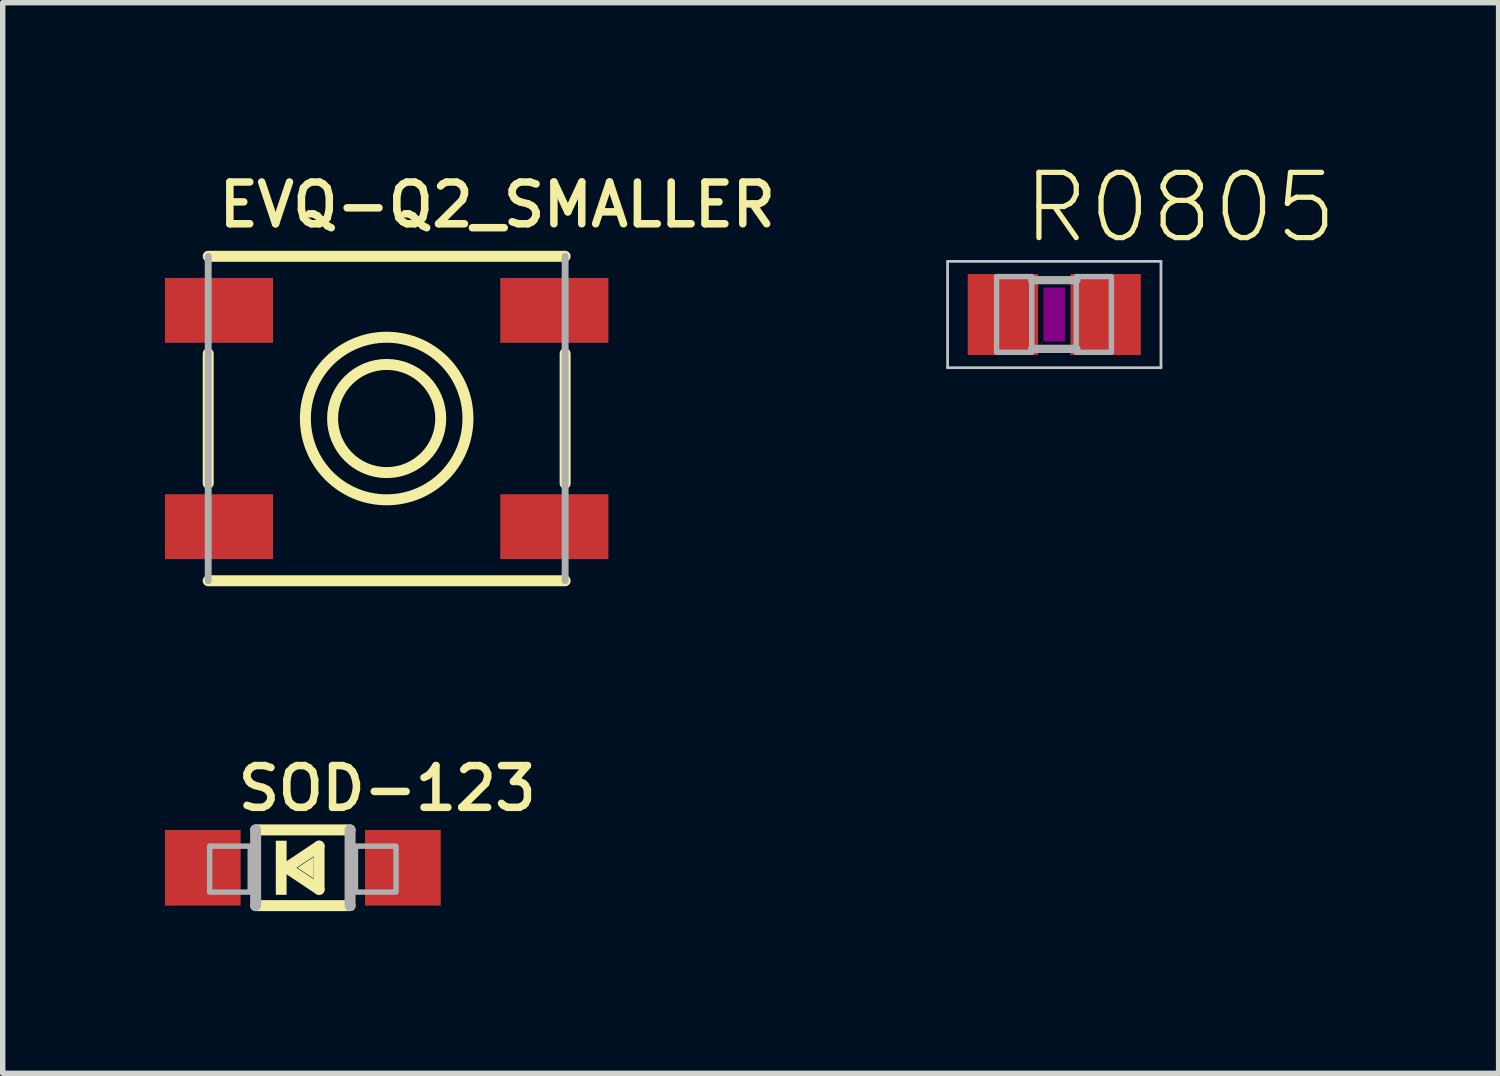
<source format=kicad_pcb>
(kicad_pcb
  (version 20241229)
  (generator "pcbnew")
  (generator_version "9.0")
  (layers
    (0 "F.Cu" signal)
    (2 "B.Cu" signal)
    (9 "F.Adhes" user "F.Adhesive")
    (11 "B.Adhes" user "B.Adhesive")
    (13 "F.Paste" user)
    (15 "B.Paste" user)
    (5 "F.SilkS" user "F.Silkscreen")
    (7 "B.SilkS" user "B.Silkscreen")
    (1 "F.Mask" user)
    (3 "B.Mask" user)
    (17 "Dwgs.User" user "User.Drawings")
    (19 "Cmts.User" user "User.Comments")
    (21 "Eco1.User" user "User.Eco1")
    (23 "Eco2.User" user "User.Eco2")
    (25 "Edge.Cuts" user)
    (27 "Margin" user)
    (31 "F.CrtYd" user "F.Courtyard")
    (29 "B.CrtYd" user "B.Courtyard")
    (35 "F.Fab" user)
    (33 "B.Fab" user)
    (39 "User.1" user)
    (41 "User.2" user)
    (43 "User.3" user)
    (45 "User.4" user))
  (footprint "SOD-123"
    (layer "F.Cu")
    (at 2.55 12.996)
    (property "Reference" "SOD-123" (at -1.27 -1.016 0) (layer "F.SilkS") (effects (font (size 0.772 0.772) (thickness 0.139)) (justify left bottom)))
    (attr through_hole)
    (fp_line (start -0.873 -0.7) (end 0.873 -0.7) (stroke (width 0.203) (type solid)) (layer "F.SilkS"))
    (fp_line (start -0.3 0) (end 0.3 -0.4) (stroke (width 0.203) (type solid)) (layer "F.SilkS"))
    (fp_line (start 0.3 -0.4) (end 0.3 0.4) (stroke (width 0.203) (type solid)) (layer "F.SilkS"))
    (fp_line (start 0.3 0.4) (end -0.3 0) (stroke (width 0.203) (type solid)) (layer "F.SilkS"))
    (fp_line (start 0.873 0.7) (end -0.873 0.7) (stroke (width 0.203) (type solid)) (layer "F.SilkS"))
    (fp_poly (pts (xy -0.1 0) (xy 0.2 -0.2) (xy 0.2 0.2)) (stroke (width 0) (type solid)) (fill yes) (layer "F.SilkS"))
    (fp_poly (pts (xy -0.5 0.5) (xy -0.3 0.5) (xy -0.3 -0.5) (xy -0.5 -0.5)) (stroke (width 0) (type solid)) (fill yes) (layer "F.SilkS"))
    (fp_line (start -0.873 0.7) (end -0.873 -0.7) (stroke (width 0.203) (type solid)) (layer "F.Fab"))
    (fp_line (start 0.873 -0.7) (end 0.873 0.7) (stroke (width 0.203) (type solid)) (layer "F.Fab"))
    (fp_poly (pts (xy -1.723 0.45) (xy -0.973 0.45) (xy -0.973 -0.4) (xy -1.723 -0.4)) (stroke (width 0.1) (type solid)) (fill no) (layer "F.Fab"))
    (fp_poly (pts (xy 0.973 0.45) (xy 1.723 0.45) (xy 1.723 -0.4) (xy 0.973 -0.4)) (stroke (width 0.1) (type solid)) (fill no) (layer "F.Fab"))
    (pad "A" smd rect (at 1.85 0 90) (size 1.4 1.4) (layers "F.Cu" "F.Mask" "F.Paste"))
    (pad "C" smd rect (at -1.85 0 90) (size 1.4 1.4) (layers "F.Cu" "F.Mask" "F.Paste")))
  (footprint "EVQ-Q2_SMALLER"
    (layer "F.Cu")
    (at 4.1 4.689)
    (property "Reference" "EVQ-Q2_SMALLER" (at -3.175 -3.5 0) (layer "F.SilkS") (effects (font (size 0.772 0.772) (thickness 0.139)) (justify left bottom)))
    (attr through_hole)
    (fp_line (start -3.3 -3) (end 3.3 -3) (stroke (width 0.203) (type solid)) (layer "F.SilkS"))
    (fp_line (start -3.3 1.2) (end -3.3 -1.2) (stroke (width 0.203) (type solid)) (layer "F.SilkS"))
    (fp_line (start 3.3 -1.2) (end 3.3 1.2) (stroke (width 0.203) (type solid)) (layer "F.SilkS"))
    (fp_line (start 3.3 3) (end -3.3 3) (stroke (width 0.203) (type solid)) (layer "F.SilkS"))
    (fp_circle (center 0 0) (end 1 0) (stroke (width 0.203) (type solid)) (fill no) (layer "F.SilkS"))
    (fp_circle (center 0 0) (end 1.503 0) (stroke (width 0.203) (type solid)) (fill no) (layer "F.SilkS"))
    (fp_line (start -3.3 3) (end -3.3 -3) (stroke (width 0.127) (type solid)) (layer "F.Fab"))
    (fp_line (start 3.3 -3) (end 3.3 3) (stroke (width 0.127) (type solid)) (layer "F.Fab"))
    (pad "A" smd rect (at -3.1 2) (size 2 1.2) (layers "F.Cu" "F.Mask" "F.Paste"))
    (pad "A'" smd rect (at 3.1 2) (size 2 1.2) (layers "F.Cu" "F.Mask" "F.Paste"))
    (pad "B" smd rect (at -3.1 -2) (size 2 1.2) (layers "F.Cu" "F.Mask" "F.Paste"))
    (pad "B'" smd rect (at 3.1 -2) (size 2 1.2) (layers "F.Cu" "F.Mask" "F.Paste")))
  (footprint "R0805"
    (layer "F.Cu")
    (at 16.445 2.766)
    (property "Reference" "R0805" (at -0.635 -1.27 0) (layer "F.SilkS") (effects (font (size 1.206 1.206) (thickness 0.097)) (justify left bottom)))
    (attr through_hole)
    (fp_poly (pts (xy -0.2 0.5) (xy 0.2 0.5) (xy 0.2 -0.5) (xy -0.2 -0.5)) (stroke (width 0) (type solid)) (fill yes) (layer "F.Adhes"))
    (fp_line (start -1.973 -0.983) (end 1.973 -0.983) (stroke (width 0.051) (type solid)) (layer "Dwgs.User"))
    (fp_line (start -1.973 0.983) (end -1.973 -0.983) (stroke (width 0.051) (type solid)) (layer "Dwgs.User"))
    (fp_line (start 1.973 -0.983) (end 1.973 0.983) (stroke (width 0.051) (type solid)) (layer "Dwgs.User"))
    (fp_line (start 1.973 0.983) (end -1.973 0.983) (stroke (width 0.051) (type solid)) (layer "Dwgs.User"))
    (fp_line (start -0.41 -0.635) (end 0.41 -0.635) (stroke (width 0.152) (type solid)) (layer "F.Fab"))
    (fp_line (start -0.41 0.635) (end 0.41 0.635) (stroke (width 0.152) (type solid)) (layer "F.Fab"))
    (fp_poly (pts (xy -1.067 0.699) (xy -0.417 0.699) (xy -0.417 -0.702) (xy -1.067 -0.702)) (stroke (width 0.1) (type solid)) (fill no) (layer "F.Fab"))
    (fp_poly (pts (xy 0.406 0.699) (xy 1.056 0.699) (xy 1.056 -0.702) (xy 0.406 -0.702)) (stroke (width 0.1) (type solid)) (fill no) (layer "F.Fab"))
    (pad "1" smd rect (at -0.95 0) (size 1.3 1.5) (layers "F.Cu" "F.Mask" "F.Paste"))
    (pad "2" smd rect (at 0.95 0) (size 1.3 1.5) (layers "F.Cu" "F.Mask" "F.Paste")))
  (gr_rect
    (start -3 -3)
    (end 24.661 16.797)
    (stroke (width 0.1) (type default))
    (fill no)
    (layer "Edge.Cuts")))
</source>
